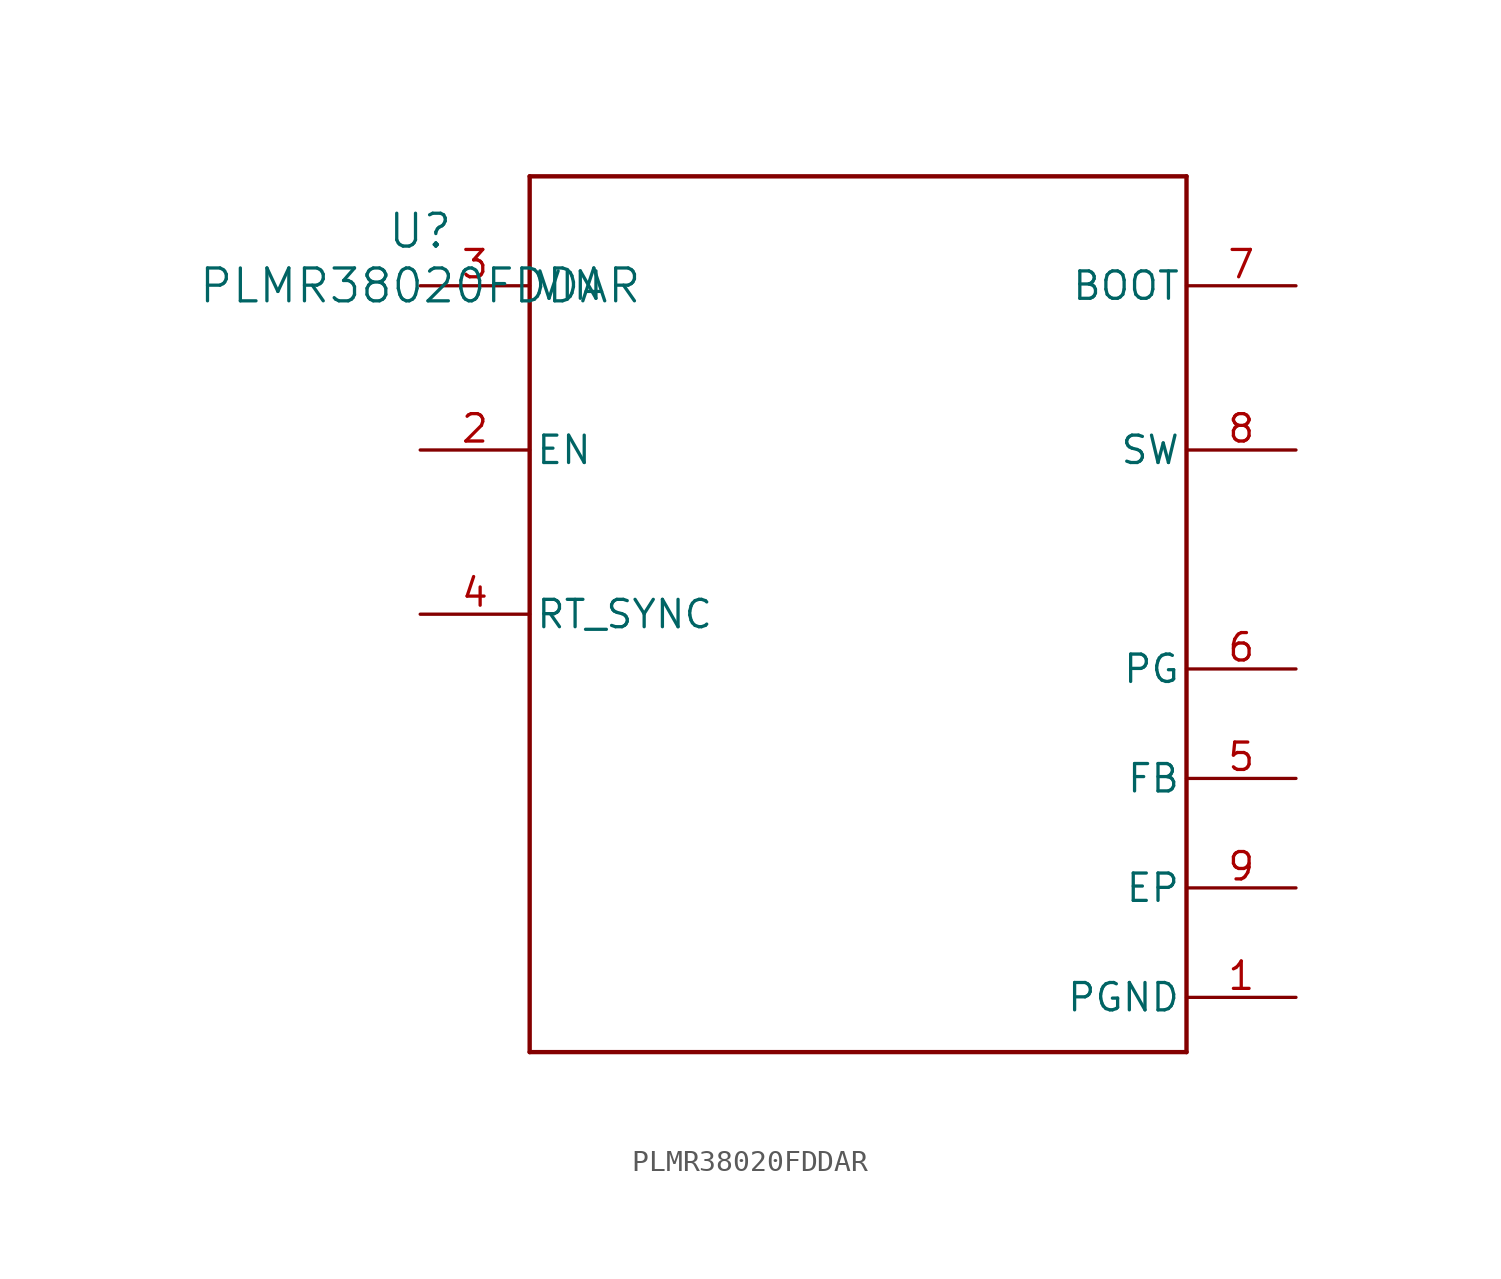
<source format=kicad_sym>
(kicad_symbol_lib
  (version 20211014)
  (generator kicad_symbol_editor)
  (symbol "PLMR38020FDDAR"
    (pin_names
      (offset 0.254))
    (property "Reference" "U"
      (at 0 2.54 0)
      (effects (font (size 1.524 1.524))))
    (property "Value" "PLMR38020FDDAR"
      (at 0 0 0)
      (effects (font (size 1.524 1.524))))
    (symbol "PLMR38020FDDAR_0_1"
      (polyline (pts (xy 5.08 -35.56) (xy 35.56 -35.56)) (stroke (width 0.203) (type default) (color 0 0 0 0)) (fill (type none)))
      (polyline (pts (xy 35.56 -35.56) (xy 35.56 5.08)) (stroke (width 0.203) (type default) (color 0 0 0 0)) (fill (type none)))
      (polyline (pts (xy 35.56 5.08) (xy 5.08 5.08)) (stroke (width 0.203) (type default) (color 0 0 0 0)) (fill (type none)))
      (polyline (pts (xy 5.08 5.08) (xy 5.08 -35.56)) (stroke (width 0.203) (type default) (color 0 0 0 0)) (fill (type none)))
      (pin power_in line (at 40.64 -33.02 180) (length 5.08) (name "PGND" (effects (font (size 1.27 1.27)))) (number "1" (effects (font (size 1.27 1.27)))))
      (pin input line (at 0 -7.62 0) (length 5.08) (name "EN" (effects (font (size 1.27 1.27)))) (number "2" (effects (font (size 1.27 1.27)))))
      (pin power_in line (at 0 0 0) (length 5.08) (name "VIN" (effects (font (size 1.27 1.27)))) (number "3" (effects (font (size 1.27 1.27)))))
      (pin unspecified line (at 0 -15.24 0) (length 5.08) (name "RT_SYNC" (effects (font (size 1.27 1.27)))) (number "4" (effects (font (size 1.27 1.27)))))
      (pin unspecified line (at 40.64 -22.86 180) (length 5.08) (name "FB" (effects (font (size 1.27 1.27)))) (number "5" (effects (font (size 1.27 1.27)))))
      (pin open_collector line (at 40.64 -17.78 180) (length 5.08) (name "PG" (effects (font (size 1.27 1.27)))) (number "6" (effects (font (size 1.27 1.27)))))
      (pin unspecified line (at 40.64 0 180) (length 5.08) (name "BOOT" (effects (font (size 1.27 1.27)))) (number "7" (effects (font (size 1.27 1.27)))))
      (pin unspecified line (at 40.64 -7.62 180) (length 5.08) (name "SW" (effects (font (size 1.27 1.27)))) (number "8" (effects (font (size 1.27 1.27)))))
      (pin unspecified line (at 40.64 -27.94 180) (length 5.08) (name "EP" (effects (font (size 1.27 1.27)))) (number "9" (effects (font (size 1.27 1.27))))))))
</source>
